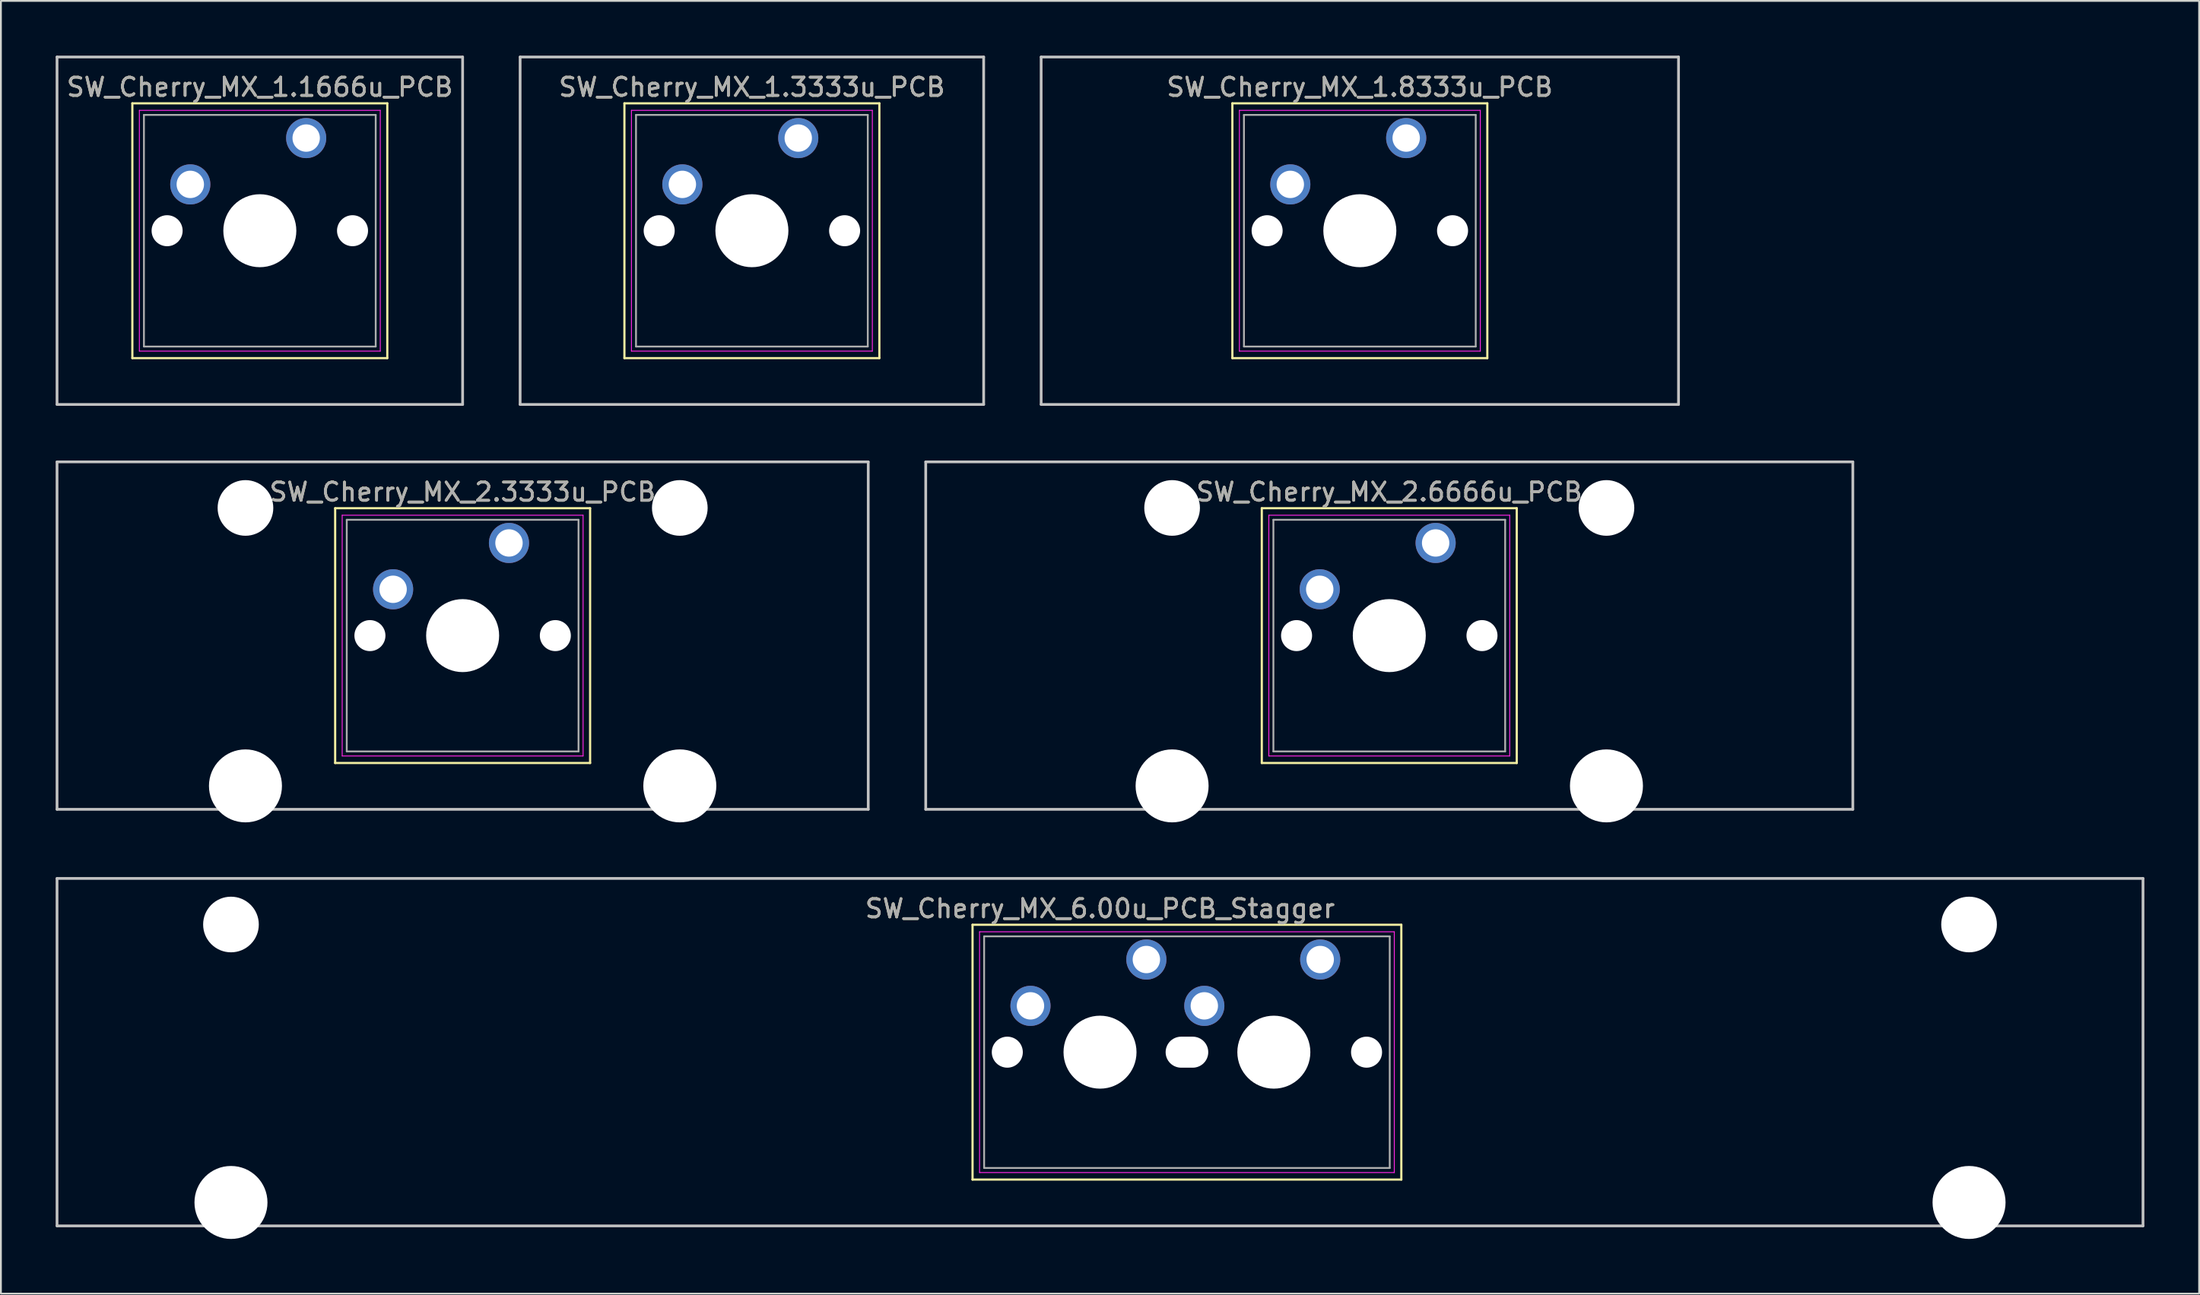
<source format=kicad_pcb>
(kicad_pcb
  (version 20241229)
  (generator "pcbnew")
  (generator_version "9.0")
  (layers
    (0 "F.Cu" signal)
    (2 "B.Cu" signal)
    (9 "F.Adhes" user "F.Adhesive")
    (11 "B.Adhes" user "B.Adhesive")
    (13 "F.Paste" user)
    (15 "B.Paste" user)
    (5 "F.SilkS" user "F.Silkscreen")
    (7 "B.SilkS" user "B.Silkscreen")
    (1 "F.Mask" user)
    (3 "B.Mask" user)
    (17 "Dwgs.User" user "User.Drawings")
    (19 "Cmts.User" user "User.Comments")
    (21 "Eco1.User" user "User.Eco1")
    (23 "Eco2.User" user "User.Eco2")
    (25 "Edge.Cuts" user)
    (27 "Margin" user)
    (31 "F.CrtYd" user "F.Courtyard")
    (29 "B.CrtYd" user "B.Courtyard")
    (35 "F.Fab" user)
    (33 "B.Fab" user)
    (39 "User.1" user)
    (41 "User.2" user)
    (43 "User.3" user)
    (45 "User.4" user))
  (footprint "SW_Cherry_MX_1.8333u_PCB"
    (layer "F.Cu")
    (at 74.002 4.52)
    (property "Reference" "SW_Cherry_MX_1.8333u_PCB" (at -2.54 -2.794 0) (layer "F.SilkS") (effects (font (size 1 1) (thickness 0.15))))
    (attr through_hole)
    (fp_line (start -9.525 -1.905) (end 4.445 -1.905) (stroke (width 0.12) (type solid)) (layer "F.SilkS"))
    (fp_line (start -9.525 12.065) (end -9.525 -1.905) (stroke (width 0.12) (type solid)) (layer "F.SilkS"))
    (fp_line (start 4.445 -1.905) (end 4.445 12.065) (stroke (width 0.12) (type solid)) (layer "F.SilkS"))
    (fp_line (start 4.445 12.065) (end -9.525 12.065) (stroke (width 0.12) (type solid)) (layer "F.SilkS"))
    (fp_line (start -20.003 -4.445) (end 14.922 -4.445) (stroke (width 0.15) (type solid)) (layer "Dwgs.User"))
    (fp_line (start -20.003 14.605) (end -20.003 -4.445) (stroke (width 0.15) (type solid)) (layer "Dwgs.User"))
    (fp_line (start 14.922 -4.445) (end 14.922 14.605) (stroke (width 0.15) (type solid)) (layer "Dwgs.User"))
    (fp_line (start 14.922 14.605) (end -20.003 14.605) (stroke (width 0.15) (type solid)) (layer "Dwgs.User"))
    (fp_line (start -9.14 -1.52) (end 4.06 -1.52) (stroke (width 0.05) (type solid)) (layer "F.CrtYd"))
    (fp_line (start -9.14 11.68) (end -9.14 -1.52) (stroke (width 0.05) (type solid)) (layer "F.CrtYd"))
    (fp_line (start 4.06 -1.52) (end 4.06 11.68) (stroke (width 0.05) (type solid)) (layer "F.CrtYd"))
    (fp_line (start 4.06 11.68) (end -9.14 11.68) (stroke (width 0.05) (type solid)) (layer "F.CrtYd"))
    (fp_line (start -8.89 -1.27) (end 3.81 -1.27) (stroke (width 0.1) (type solid)) (layer "F.Fab"))
    (fp_line (start -8.89 11.43) (end -8.89 -1.27) (stroke (width 0.1) (type solid)) (layer "F.Fab"))
    (fp_line (start 3.81 -1.27) (end 3.81 11.43) (stroke (width 0.1) (type solid)) (layer "F.Fab"))
    (fp_line (start 3.81 11.43) (end -8.89 11.43) (stroke (width 0.1) (type solid)) (layer "F.Fab"))
    (fp_text user "${REFERENCE}" (at -2.54 -2.794 0) (layer "F.Fab") (effects (font (size 1 1) (thickness 0.15))))
    (pad "" np_thru_hole circle (at -7.62 5.08) (size 1.7 1.7) (drill 1.7) (layers "*.Cu" "*.Mask"))
    (pad "" np_thru_hole circle (at -2.54 5.08) (size 4 4) (drill 4) (layers "*.Cu" "*.Mask"))
    (pad "" np_thru_hole circle (at 2.54 5.08) (size 1.7 1.7) (drill 1.7) (layers "*.Cu" "*.Mask"))
    (pad "1" thru_hole circle (at 0 0) (size 2.2 2.2) (drill 1.5) (layers "*.Cu" "*.Mask"))
    (pad "2" thru_hole circle (at -6.35 2.54) (size 2.2 2.2) (drill 1.5) (layers "*.Cu" "*.Mask")))
  (footprint "SW_Cherry_MX_1.3333u_PCB"
    (layer "F.Cu")
    (at 40.69 4.52)
    (property "Reference" "SW_Cherry_MX_1.3333u_PCB" (at -2.54 -2.794 0) (layer "F.SilkS") (effects (font (size 1 1) (thickness 0.15))))
    (attr through_hole)
    (fp_line (start -9.525 -1.905) (end 4.445 -1.905) (stroke (width 0.12) (type solid)) (layer "F.SilkS"))
    (fp_line (start -9.525 12.065) (end -9.525 -1.905) (stroke (width 0.12) (type solid)) (layer "F.SilkS"))
    (fp_line (start 4.445 -1.905) (end 4.445 12.065) (stroke (width 0.12) (type solid)) (layer "F.SilkS"))
    (fp_line (start 4.445 12.065) (end -9.525 12.065) (stroke (width 0.12) (type solid)) (layer "F.SilkS"))
    (fp_line (start -15.24 -4.445) (end 10.16 -4.445) (stroke (width 0.15) (type solid)) (layer "Dwgs.User"))
    (fp_line (start -15.24 14.605) (end -15.24 -4.445) (stroke (width 0.15) (type solid)) (layer "Dwgs.User"))
    (fp_line (start 10.16 -4.445) (end 10.16 14.605) (stroke (width 0.15) (type solid)) (layer "Dwgs.User"))
    (fp_line (start 10.16 14.605) (end -15.24 14.605) (stroke (width 0.15) (type solid)) (layer "Dwgs.User"))
    (fp_line (start -9.14 -1.52) (end 4.06 -1.52) (stroke (width 0.05) (type solid)) (layer "F.CrtYd"))
    (fp_line (start -9.14 11.68) (end -9.14 -1.52) (stroke (width 0.05) (type solid)) (layer "F.CrtYd"))
    (fp_line (start 4.06 -1.52) (end 4.06 11.68) (stroke (width 0.05) (type solid)) (layer "F.CrtYd"))
    (fp_line (start 4.06 11.68) (end -9.14 11.68) (stroke (width 0.05) (type solid)) (layer "F.CrtYd"))
    (fp_line (start -8.89 -1.27) (end 3.81 -1.27) (stroke (width 0.1) (type solid)) (layer "F.Fab"))
    (fp_line (start -8.89 11.43) (end -8.89 -1.27) (stroke (width 0.1) (type solid)) (layer "F.Fab"))
    (fp_line (start 3.81 -1.27) (end 3.81 11.43) (stroke (width 0.1) (type solid)) (layer "F.Fab"))
    (fp_line (start 3.81 11.43) (end -8.89 11.43) (stroke (width 0.1) (type solid)) (layer "F.Fab"))
    (fp_text user "${REFERENCE}" (at -2.54 -2.794 0) (layer "F.Fab") (effects (font (size 1 1) (thickness 0.15))))
    (pad "" np_thru_hole circle (at -7.62 5.08) (size 1.7 1.7) (drill 1.7) (layers "*.Cu" "*.Mask"))
    (pad "" np_thru_hole circle (at -2.54 5.08) (size 4 4) (drill 4) (layers "*.Cu" "*.Mask"))
    (pad "" np_thru_hole circle (at 2.54 5.08) (size 1.7 1.7) (drill 1.7) (layers "*.Cu" "*.Mask"))
    (pad "1" thru_hole circle (at 0 0) (size 2.2 2.2) (drill 1.5) (layers "*.Cu" "*.Mask"))
    (pad "2" thru_hole circle (at -6.35 2.54) (size 2.2 2.2) (drill 1.5) (layers "*.Cu" "*.Mask")))
  (footprint "SW_Cherry_MX_1.1666u_PCB"
    (layer "F.Cu")
    (at 13.727 4.52)
    (property "Reference" "SW_Cherry_MX_1.1666u_PCB" (at -2.54 -2.794 0) (layer "F.SilkS") (effects (font (size 1 1) (thickness 0.15))))
    (attr through_hole)
    (fp_line (start -9.525 -1.905) (end 4.445 -1.905) (stroke (width 0.12) (type solid)) (layer "F.SilkS"))
    (fp_line (start -9.525 12.065) (end -9.525 -1.905) (stroke (width 0.12) (type solid)) (layer "F.SilkS"))
    (fp_line (start 4.445 -1.905) (end 4.445 12.065) (stroke (width 0.12) (type solid)) (layer "F.SilkS"))
    (fp_line (start 4.445 12.065) (end -9.525 12.065) (stroke (width 0.12) (type solid)) (layer "F.SilkS"))
    (fp_line (start -13.652 -4.445) (end 8.572 -4.445) (stroke (width 0.15) (type solid)) (layer "Dwgs.User"))
    (fp_line (start -13.652 14.605) (end -13.652 -4.445) (stroke (width 0.15) (type solid)) (layer "Dwgs.User"))
    (fp_line (start 8.572 -4.445) (end 8.572 14.605) (stroke (width 0.15) (type solid)) (layer "Dwgs.User"))
    (fp_line (start 8.572 14.605) (end -13.652 14.605) (stroke (width 0.15) (type solid)) (layer "Dwgs.User"))
    (fp_line (start -9.14 -1.52) (end 4.06 -1.52) (stroke (width 0.05) (type solid)) (layer "F.CrtYd"))
    (fp_line (start -9.14 11.68) (end -9.14 -1.52) (stroke (width 0.05) (type solid)) (layer "F.CrtYd"))
    (fp_line (start 4.06 -1.52) (end 4.06 11.68) (stroke (width 0.05) (type solid)) (layer "F.CrtYd"))
    (fp_line (start 4.06 11.68) (end -9.14 11.68) (stroke (width 0.05) (type solid)) (layer "F.CrtYd"))
    (fp_line (start -8.89 -1.27) (end 3.81 -1.27) (stroke (width 0.1) (type solid)) (layer "F.Fab"))
    (fp_line (start -8.89 11.43) (end -8.89 -1.27) (stroke (width 0.1) (type solid)) (layer "F.Fab"))
    (fp_line (start 3.81 -1.27) (end 3.81 11.43) (stroke (width 0.1) (type solid)) (layer "F.Fab"))
    (fp_line (start 3.81 11.43) (end -8.89 11.43) (stroke (width 0.1) (type solid)) (layer "F.Fab"))
    (fp_text user "${REFERENCE}" (at -2.54 -2.794 0) (layer "F.Fab") (effects (font (size 1 1) (thickness 0.15))))
    (pad "" np_thru_hole circle (at -7.62 5.08) (size 1.7 1.7) (drill 1.7) (layers "*.Cu" "*.Mask"))
    (pad "" np_thru_hole circle (at -2.54 5.08) (size 4 4) (drill 4) (layers "*.Cu" "*.Mask"))
    (pad "" np_thru_hole circle (at 2.54 5.08) (size 1.7 1.7) (drill 1.7) (layers "*.Cu" "*.Mask"))
    (pad "1" thru_hole circle (at 0 0) (size 2.2 2.2) (drill 1.5) (layers "*.Cu" "*.Mask"))
    (pad "2" thru_hole circle (at -6.35 2.54) (size 2.2 2.2) (drill 1.5) (layers "*.Cu" "*.Mask")))
  (footprint "SW_Cherry_MX_6.00u_PCB_Stagger"
    (layer "F.Cu")
    (at 59.765 49.56)
    (property "Reference" "SW_Cherry_MX_6.00u_PCB_Stagger" (at -2.54 -2.794 0) (layer "F.SilkS") (effects (font (size 1 1) (thickness 0.15))))
    (attr through_hole)
    (fp_line (start -9.525 -1.905) (end 13.97 -1.905) (stroke (width 0.12) (type solid)) (layer "F.SilkS"))
    (fp_line (start -9.525 12.065) (end -9.525 -1.905) (stroke (width 0.12) (type solid)) (layer "F.SilkS"))
    (fp_line (start 13.97 -1.905) (end 13.97 12.065) (stroke (width 0.12) (type solid)) (layer "F.SilkS"))
    (fp_line (start 13.97 12.065) (end -9.525 12.065) (stroke (width 0.12) (type solid)) (layer "F.SilkS"))
    (fp_line (start -59.69 -4.445) (end 54.61 -4.445) (stroke (width 0.15) (type solid)) (layer "Dwgs.User"))
    (fp_line (start -59.69 14.605) (end -59.69 -4.445) (stroke (width 0.15) (type solid)) (layer "Dwgs.User"))
    (fp_line (start 54.61 -4.445) (end 54.61 14.605) (stroke (width 0.15) (type solid)) (layer "Dwgs.User"))
    (fp_line (start 54.61 14.605) (end -59.69 14.605) (stroke (width 0.15) (type solid)) (layer "Dwgs.User"))
    (fp_line (start -9.14 -1.52) (end 13.585 -1.52) (stroke (width 0.05) (type solid)) (layer "F.CrtYd"))
    (fp_line (start -9.14 11.68) (end -9.14 -1.52) (stroke (width 0.05) (type solid)) (layer "F.CrtYd"))
    (fp_line (start 13.585 -1.52) (end 13.585 11.68) (stroke (width 0.05) (type solid)) (layer "F.CrtYd"))
    (fp_line (start 13.585 11.68) (end -9.14 11.68) (stroke (width 0.05) (type solid)) (layer "F.CrtYd"))
    (fp_line (start -8.89 -1.27) (end 13.335 -1.27) (stroke (width 0.1) (type solid)) (layer "F.Fab"))
    (fp_line (start -8.89 11.43) (end -8.89 -1.27) (stroke (width 0.1) (type solid)) (layer "F.Fab"))
    (fp_line (start 13.335 -1.27) (end 13.335 11.43) (stroke (width 0.1) (type solid)) (layer "F.Fab"))
    (fp_line (start 13.335 11.43) (end -8.89 11.43) (stroke (width 0.1) (type solid)) (layer "F.Fab"))
    (fp_text user "${REFERENCE}" (at -2.54 -2.794 0) (layer "F.Fab") (effects (font (size 1 1) (thickness 0.15))))
    (pad "" np_thru_hole circle (at -50.159 -1.92) (size 3.05 3.05) (drill 3.05) (layers "*.Cu" "*.Mask"))
    (pad "" np_thru_hole circle (at -50.159 13.32) (size 4 4) (drill 4) (layers "*.Cu" "*.Mask"))
    (pad "" np_thru_hole circle (at -7.62 5.08) (size 1.7 1.7) (drill 1.7) (layers "*.Cu" "*.Mask"))
    (pad "" np_thru_hole circle (at -2.54 5.08) (size 4 4) (drill 4) (layers "*.Cu" "*.Mask"))
    (pad "" np_thru_hole oval (at 2.223 5.08) (size 2.335 1.7) (drill oval 2.335 1.7) (layers "*.Cu" "*.Mask"))
    (pad "" np_thru_hole circle (at 6.985 5.08) (size 4 4) (drill 4) (layers "*.Cu" "*.Mask"))
    (pad "" np_thru_hole circle (at 12.065 5.08) (size 1.7 1.7) (drill 1.7) (layers "*.Cu" "*.Mask"))
    (pad "" np_thru_hole circle (at 45.079 -1.92) (size 3.05 3.05) (drill 3.05) (layers "*.Cu" "*.Mask"))
    (pad "" np_thru_hole circle (at 45.079 13.32) (size 4 4) (drill 4) (layers "*.Cu" "*.Mask"))
    (pad "1" thru_hole circle (at 0 0) (size 2.2 2.2) (drill 1.5) (layers "*.Cu" "*.Mask"))
    (pad "1" thru_hole circle (at 9.525 0) (size 2.2 2.2) (drill 1.5) (layers "*.Cu" "*.Mask"))
    (pad "2" thru_hole circle (at -6.35 2.54) (size 2.2 2.2) (drill 1.5) (layers "*.Cu" "*.Mask"))
    (pad "2" thru_hole circle (at 3.175 2.54) (size 2.2 2.2) (drill 1.5) (layers "*.Cu" "*.Mask")))
  (footprint "SW_Cherry_MX_2.6666u_PCB"
    (layer "F.Cu")
    (at 75.615 26.72)
    (property "Reference" "SW_Cherry_MX_2.6666u_PCB" (at -2.54 -2.794 0) (layer "F.SilkS") (effects (font (size 1 1) (thickness 0.15))))
    (attr through_hole)
    (fp_line (start -9.525 -1.905) (end 4.445 -1.905) (stroke (width 0.12) (type solid)) (layer "F.SilkS"))
    (fp_line (start -9.525 12.065) (end -9.525 -1.905) (stroke (width 0.12) (type solid)) (layer "F.SilkS"))
    (fp_line (start 4.445 -1.905) (end 4.445 12.065) (stroke (width 0.12) (type solid)) (layer "F.SilkS"))
    (fp_line (start 4.445 12.065) (end -9.525 12.065) (stroke (width 0.12) (type solid)) (layer "F.SilkS"))
    (fp_line (start -27.94 -4.445) (end 22.86 -4.445) (stroke (width 0.15) (type solid)) (layer "Dwgs.User"))
    (fp_line (start -27.94 14.605) (end -27.94 -4.445) (stroke (width 0.15) (type solid)) (layer "Dwgs.User"))
    (fp_line (start 22.86 -4.445) (end 22.86 14.605) (stroke (width 0.15) (type solid)) (layer "Dwgs.User"))
    (fp_line (start 22.86 14.605) (end -27.94 14.605) (stroke (width 0.15) (type solid)) (layer "Dwgs.User"))
    (fp_line (start -9.14 -1.52) (end 4.06 -1.52) (stroke (width 0.05) (type solid)) (layer "F.CrtYd"))
    (fp_line (start -9.14 11.68) (end -9.14 -1.52) (stroke (width 0.05) (type solid)) (layer "F.CrtYd"))
    (fp_line (start 4.06 -1.52) (end 4.06 11.68) (stroke (width 0.05) (type solid)) (layer "F.CrtYd"))
    (fp_line (start 4.06 11.68) (end -9.14 11.68) (stroke (width 0.05) (type solid)) (layer "F.CrtYd"))
    (fp_line (start -8.89 -1.27) (end 3.81 -1.27) (stroke (width 0.1) (type solid)) (layer "F.Fab"))
    (fp_line (start -8.89 11.43) (end -8.89 -1.27) (stroke (width 0.1) (type solid)) (layer "F.Fab"))
    (fp_line (start 3.81 -1.27) (end 3.81 11.43) (stroke (width 0.1) (type solid)) (layer "F.Fab"))
    (fp_line (start 3.81 11.43) (end -8.89 11.43) (stroke (width 0.1) (type solid)) (layer "F.Fab"))
    (fp_text user "${REFERENCE}" (at -2.54 -2.794 0) (layer "F.Fab") (effects (font (size 1 1) (thickness 0.15))))
    (pad "" np_thru_hole circle (at -14.44 -1.92) (size 3.05 3.05) (drill 3.05) (layers "*.Cu" "*.Mask"))
    (pad "" np_thru_hole circle (at -14.44 13.32) (size 4 4) (drill 4) (layers "*.Cu" "*.Mask"))
    (pad "" np_thru_hole circle (at -7.62 5.08) (size 1.7 1.7) (drill 1.7) (layers "*.Cu" "*.Mask"))
    (pad "" np_thru_hole circle (at -2.54 5.08) (size 4 4) (drill 4) (layers "*.Cu" "*.Mask"))
    (pad "" np_thru_hole circle (at 2.54 5.08) (size 1.7 1.7) (drill 1.7) (layers "*.Cu" "*.Mask"))
    (pad "" np_thru_hole circle (at 9.36 -1.92) (size 3.05 3.05) (drill 3.05) (layers "*.Cu" "*.Mask"))
    (pad "" np_thru_hole circle (at 9.36 13.32) (size 4 4) (drill 4) (layers "*.Cu" "*.Mask"))
    (pad "1" thru_hole circle (at 0 0) (size 2.2 2.2) (drill 1.5) (layers "*.Cu" "*.Mask"))
    (pad "2" thru_hole circle (at -6.35 2.54) (size 2.2 2.2) (drill 1.5) (layers "*.Cu" "*.Mask")))
  (footprint "SW_Cherry_MX_2.3333u_PCB"
    (layer "F.Cu")
    (at 24.84 26.72)
    (property "Reference" "SW_Cherry_MX_2.3333u_PCB" (at -2.54 -2.794 0) (layer "F.SilkS") (effects (font (size 1 1) (thickness 0.15))))
    (attr through_hole)
    (fp_line (start -9.525 -1.905) (end 4.445 -1.905) (stroke (width 0.12) (type solid)) (layer "F.SilkS"))
    (fp_line (start -9.525 12.065) (end -9.525 -1.905) (stroke (width 0.12) (type solid)) (layer "F.SilkS"))
    (fp_line (start 4.445 -1.905) (end 4.445 12.065) (stroke (width 0.12) (type solid)) (layer "F.SilkS"))
    (fp_line (start 4.445 12.065) (end -9.525 12.065) (stroke (width 0.12) (type solid)) (layer "F.SilkS"))
    (fp_line (start -24.765 -4.445) (end 19.685 -4.445) (stroke (width 0.15) (type solid)) (layer "Dwgs.User"))
    (fp_line (start -24.765 14.605) (end -24.765 -4.445) (stroke (width 0.15) (type solid)) (layer "Dwgs.User"))
    (fp_line (start 19.685 -4.445) (end 19.685 14.605) (stroke (width 0.15) (type solid)) (layer "Dwgs.User"))
    (fp_line (start 19.685 14.605) (end -24.765 14.605) (stroke (width 0.15) (type solid)) (layer "Dwgs.User"))
    (fp_line (start -9.14 -1.52) (end 4.06 -1.52) (stroke (width 0.05) (type solid)) (layer "F.CrtYd"))
    (fp_line (start -9.14 11.68) (end -9.14 -1.52) (stroke (width 0.05) (type solid)) (layer "F.CrtYd"))
    (fp_line (start 4.06 -1.52) (end 4.06 11.68) (stroke (width 0.05) (type solid)) (layer "F.CrtYd"))
    (fp_line (start 4.06 11.68) (end -9.14 11.68) (stroke (width 0.05) (type solid)) (layer "F.CrtYd"))
    (fp_line (start -8.89 -1.27) (end 3.81 -1.27) (stroke (width 0.1) (type solid)) (layer "F.Fab"))
    (fp_line (start -8.89 11.43) (end -8.89 -1.27) (stroke (width 0.1) (type solid)) (layer "F.Fab"))
    (fp_line (start 3.81 -1.27) (end 3.81 11.43) (stroke (width 0.1) (type solid)) (layer "F.Fab"))
    (fp_line (start 3.81 11.43) (end -8.89 11.43) (stroke (width 0.1) (type solid)) (layer "F.Fab"))
    (fp_text user "${REFERENCE}" (at -2.54 -2.794 0) (layer "F.Fab") (effects (font (size 1 1) (thickness 0.15))))
    (pad "" np_thru_hole circle (at -14.44 -1.92) (size 3.05 3.05) (drill 3.05) (layers "*.Cu" "*.Mask"))
    (pad "" np_thru_hole circle (at -14.44 13.32) (size 4 4) (drill 4) (layers "*.Cu" "*.Mask"))
    (pad "" np_thru_hole circle (at -7.62 5.08) (size 1.7 1.7) (drill 1.7) (layers "*.Cu" "*.Mask"))
    (pad "" np_thru_hole circle (at -2.54 5.08) (size 4 4) (drill 4) (layers "*.Cu" "*.Mask"))
    (pad "" np_thru_hole circle (at 2.54 5.08) (size 1.7 1.7) (drill 1.7) (layers "*.Cu" "*.Mask"))
    (pad "" np_thru_hole circle (at 9.36 -1.92) (size 3.05 3.05) (drill 3.05) (layers "*.Cu" "*.Mask"))
    (pad "" np_thru_hole circle (at 9.36 13.32) (size 4 4) (drill 4) (layers "*.Cu" "*.Mask"))
    (pad "1" thru_hole circle (at 0 0) (size 2.2 2.2) (drill 1.5) (layers "*.Cu" "*.Mask"))
    (pad "2" thru_hole circle (at -6.35 2.54) (size 2.2 2.2) (drill 1.5) (layers "*.Cu" "*.Mask")))
  (gr_rect
    (start -3 -3)
    (end 117.45 67.88)
    (stroke (width 0.1) (type default))
    (fill no)
    (layer "Edge.Cuts")))
</source>
